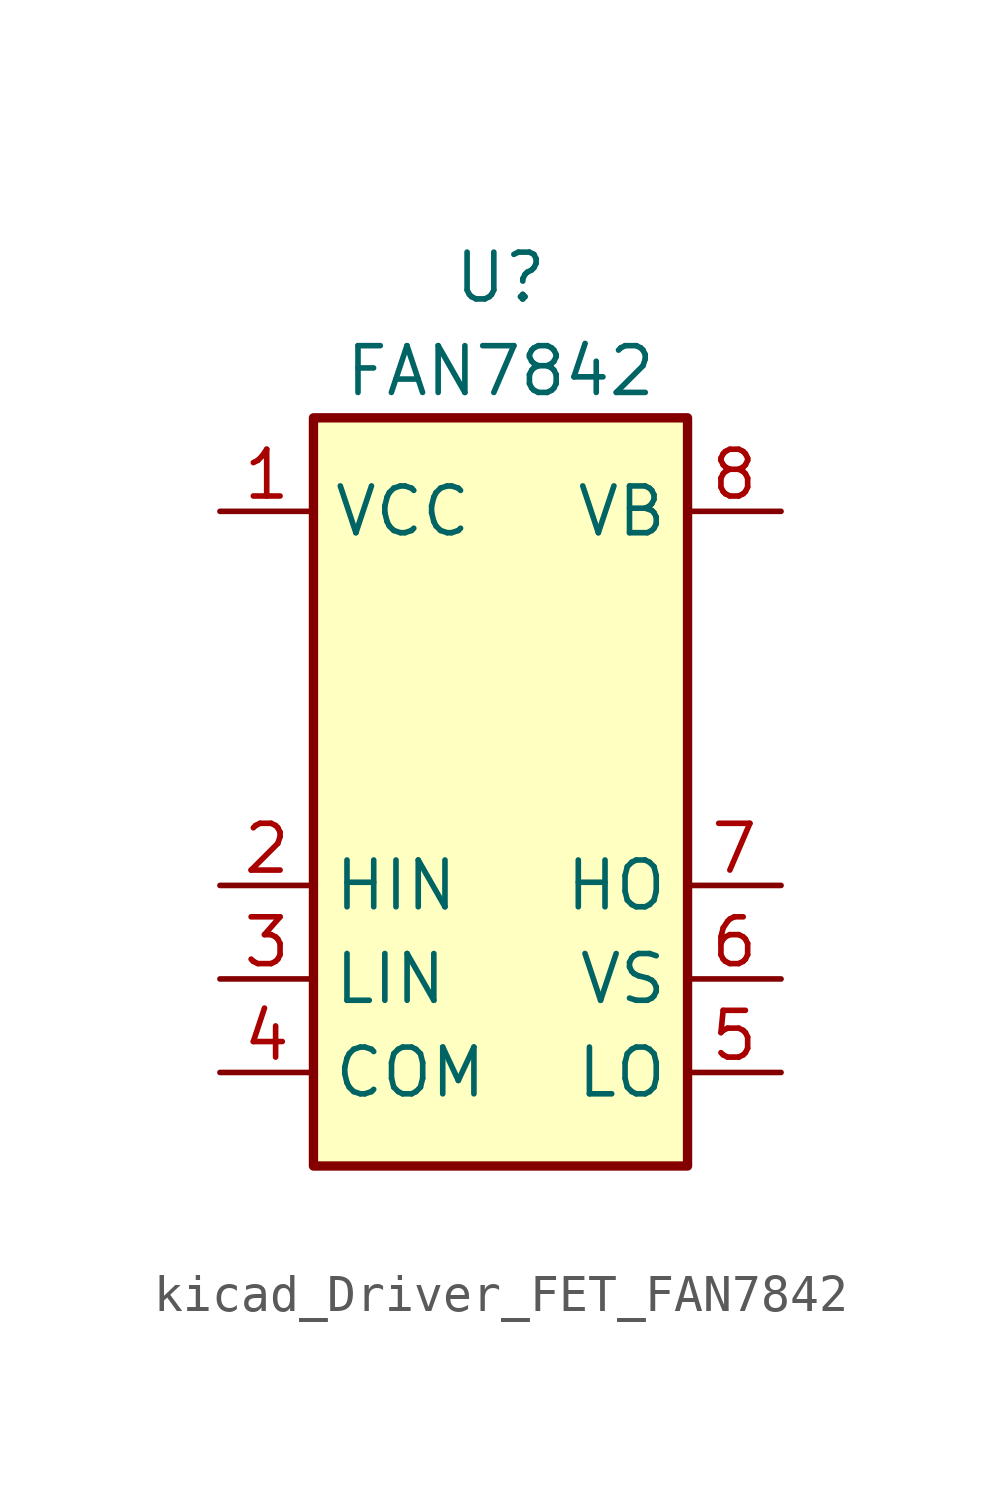
<source format=kicad_sym>
(kicad_symbol_lib
  (version 20220914)
  (generator kicad_symbol_editor)
  (symbol "kicad_Driver_FET_FAN7842"
    (property "Reference" "U"
      (at 0 13.97 0)
      (effects (font (size 1.27 1.27))))
    (property "Value" "FAN7842"
      (at 0 11.43 0)
      (effects (font (size 1.27 1.27))))
    (symbol "kicad_Driver_FET_FAN7842_0_1"
      (rectangle (start -5.08 10.16) (end 5.08 -10.16) (stroke (width 0.254) (type default)) (fill (type background))))
    (symbol "kicad_Driver_FET_FAN7842_1_1"
      (pin power_in line (at -7.62 7.62 0) (length 2.54) (name "VCC" (effects (font (size 1.27 1.27)))) (number "1" (effects (font (size 1.27 1.27)))))
      (pin input line (at -7.62 -2.54 0) (length 2.54) (name "HIN" (effects (font (size 1.27 1.27)))) (number "2" (effects (font (size 1.27 1.27)))))
      (pin input line (at -7.62 -5.08 0) (length 2.54) (name "LIN" (effects (font (size 1.27 1.27)))) (number "3" (effects (font (size 1.27 1.27)))))
      (pin power_in line (at -7.62 -7.62 0) (length 2.54) (name "COM" (effects (font (size 1.27 1.27)))) (number "4" (effects (font (size 1.27 1.27)))))
      (pin output line (at 7.62 -7.62 180) (length 2.54) (name "LO" (effects (font (size 1.27 1.27)))) (number "5" (effects (font (size 1.27 1.27)))))
      (pin passive line (at 7.62 -5.08 180) (length 2.54) (name "VS" (effects (font (size 1.27 1.27)))) (number "6" (effects (font (size 1.27 1.27)))))
      (pin output line (at 7.62 -2.54 180) (length 2.54) (name "HO" (effects (font (size 1.27 1.27)))) (number "7" (effects (font (size 1.27 1.27)))))
      (pin passive line (at 7.62 7.62 180) (length 2.54) (name "VB" (effects (font (size 1.27 1.27)))) (number "8" (effects (font (size 1.27 1.27))))))))
</source>
